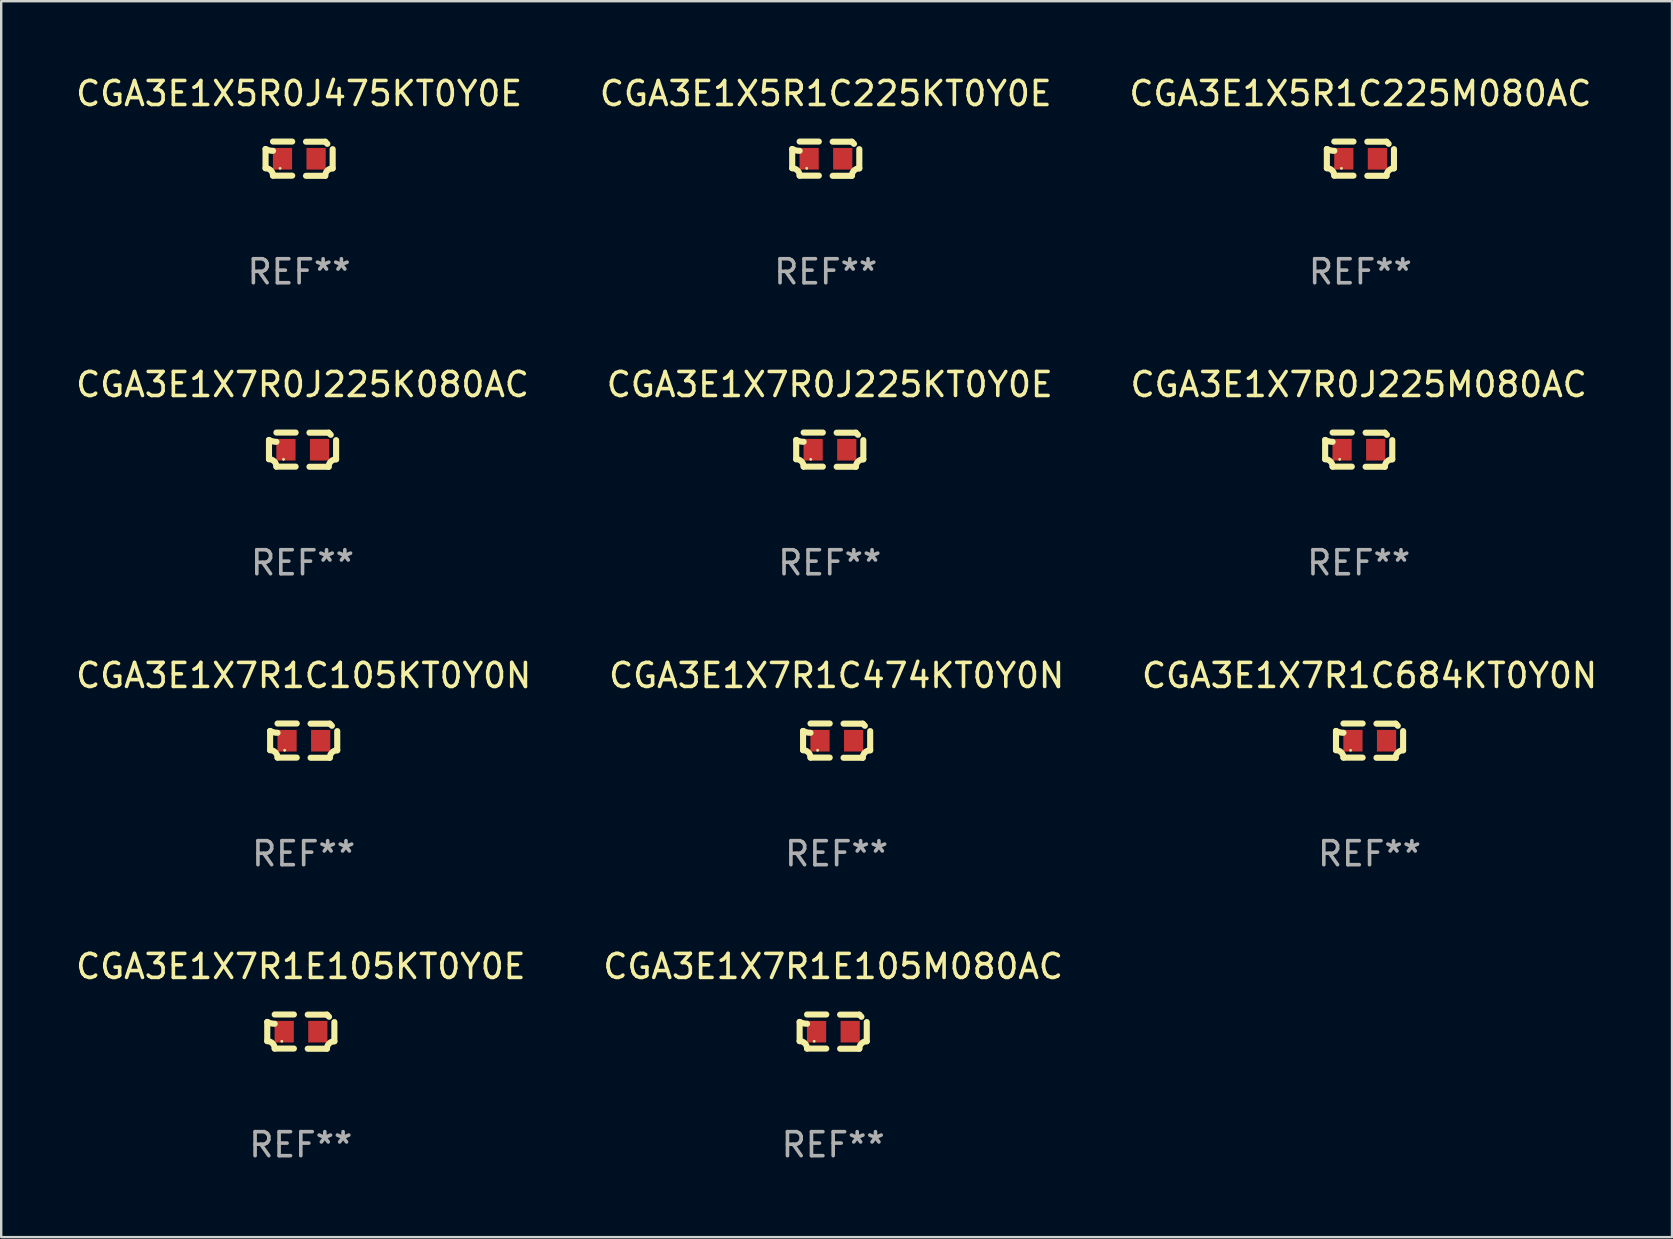
<source format=kicad_pcb>
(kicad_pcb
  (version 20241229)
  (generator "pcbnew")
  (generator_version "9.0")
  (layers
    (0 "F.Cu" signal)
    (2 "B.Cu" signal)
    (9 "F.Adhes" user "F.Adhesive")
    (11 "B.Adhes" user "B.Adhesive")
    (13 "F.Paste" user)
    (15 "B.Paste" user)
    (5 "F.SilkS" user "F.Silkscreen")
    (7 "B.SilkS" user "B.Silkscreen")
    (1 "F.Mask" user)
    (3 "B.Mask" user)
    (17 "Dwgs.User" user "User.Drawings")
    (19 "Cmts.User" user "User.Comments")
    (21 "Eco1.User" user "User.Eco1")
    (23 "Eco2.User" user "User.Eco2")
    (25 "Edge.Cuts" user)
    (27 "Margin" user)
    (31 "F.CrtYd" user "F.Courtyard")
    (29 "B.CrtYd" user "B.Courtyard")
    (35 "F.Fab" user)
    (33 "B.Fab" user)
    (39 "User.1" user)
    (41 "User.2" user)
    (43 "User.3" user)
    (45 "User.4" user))
  (footprint "CGA3E1X7R1C105KT0Y0N"
    (layer "F.Cu")
    (at 9.601 27.805)
    (property "Reference" "CGA3E1X7R1C105KT0Y0N" (at 0 -2.713 0) (layer "F.SilkS") (effects (font (size 1 1) (thickness 0.15))))
    (attr through_hole)
    (fp_line (start -1.398 -0.403) (end -1.398 0.397) (stroke (width 0.254) (type solid)) (layer "F.SilkS"))
    (fp_line (start -0.288 -0.713) (end -1.088 -0.713) (stroke (width 0.254) (type solid)) (layer "F.SilkS"))
    (fp_line (start -0.288 0.707) (end -1.088 0.707) (stroke (width 0.254) (type solid)) (layer "F.SilkS"))
    (fp_line (start 0.288 -0.707) (end 1.088 -0.707) (stroke (width 0.254) (type solid)) (layer "F.SilkS"))
    (fp_line (start 0.288 0.713) (end 1.088 0.713) (stroke (width 0.254) (type solid)) (layer "F.SilkS"))
    (fp_line (start 1.398 -0.397) (end 1.398 0.403) (stroke (width 0.254) (type solid)) (layer "F.SilkS"))
    (fp_arc (start -1.397789 0.397066) (mid -1.178701 0.487826) (end -1.08796 0.706922) (stroke (width 0.254001) (type solid)) (layer "F.SilkS"))
    (fp_arc (start -1.08796 -0.327176) (mid -1.247436 -0.346384) (end -1.39779 -0.402908) (stroke (width 0.254001) (type solid)) (layer "F.SilkS"))
    (fp_arc (start 1.087909 0.712738) (mid 1.178656 0.493655) (end 1.397739 0.402908) (stroke (width 0.254001) (type solid)) (layer "F.SilkS"))
    (fp_arc (start 1.175925 -0.618926) (mid 1.131917 -0.662923) (end 1.08791 -0.706922) (stroke (width 0.254001) (type solid)) (layer "F.SilkS"))
    (fp_circle (center -0.792 0.403) (end -0.762 0.403) (stroke (width 0.06) (type solid)) (fill no) (layer "F.SilkS"))
    (fp_text user "REF**" (at 0 4.713 0) (layer "F.Fab") (effects (font (size 1 1) (thickness 0.15))))
    (pad "1" smd rect (at -0.692 0.003) (size 0.8 0.9) (layers "F.Cu" "F.Mask" "F.Paste"))
    (pad "2" smd rect (at 0.708 0.003) (size 0.8 0.9) (layers "F.Cu" "F.Mask" "F.Paste")))
  (footprint "CGA3E1X7R0J225M080AC"
    (layer "F.Cu")
    (at 53.554 15.683)
    (property "Reference" "CGA3E1X7R0J225M080AC" (at 0 -2.713 0) (layer "F.SilkS") (effects (font (size 1 1) (thickness 0.15))))
    (attr through_hole)
    (fp_line (start -1.398 -0.403) (end -1.398 0.397) (stroke (width 0.254) (type solid)) (layer "F.SilkS"))
    (fp_line (start -0.288 -0.713) (end -1.088 -0.713) (stroke (width 0.254) (type solid)) (layer "F.SilkS"))
    (fp_line (start -0.288 0.707) (end -1.088 0.707) (stroke (width 0.254) (type solid)) (layer "F.SilkS"))
    (fp_line (start 0.288 -0.707) (end 1.088 -0.707) (stroke (width 0.254) (type solid)) (layer "F.SilkS"))
    (fp_line (start 0.288 0.713) (end 1.088 0.713) (stroke (width 0.254) (type solid)) (layer "F.SilkS"))
    (fp_line (start 1.398 -0.397) (end 1.398 0.403) (stroke (width 0.254) (type solid)) (layer "F.SilkS"))
    (fp_arc (start -1.397789 0.397066) (mid -1.178701 0.487826) (end -1.08796 0.706922) (stroke (width 0.254001) (type solid)) (layer "F.SilkS"))
    (fp_arc (start -1.08796 -0.327176) (mid -1.247436 -0.346384) (end -1.39779 -0.402908) (stroke (width 0.254001) (type solid)) (layer "F.SilkS"))
    (fp_arc (start 1.087909 0.712738) (mid 1.178656 0.493655) (end 1.397739 0.402908) (stroke (width 0.254001) (type solid)) (layer "F.SilkS"))
    (fp_arc (start 1.175925 -0.618926) (mid 1.131917 -0.662923) (end 1.08791 -0.706922) (stroke (width 0.254001) (type solid)) (layer "F.SilkS"))
    (fp_circle (center -0.792 0.403) (end -0.762 0.403) (stroke (width 0.06) (type solid)) (fill no) (layer "F.SilkS"))
    (fp_text user "REF**" (at 0 4.713 0) (layer "F.Fab") (effects (font (size 1 1) (thickness 0.15))))
    (pad "1" smd rect (at -0.692 0.003) (size 0.8 0.9) (layers "F.Cu" "F.Mask" "F.Paste"))
    (pad "2" smd rect (at 0.708 0.003) (size 0.8 0.9) (layers "F.Cu" "F.Mask" "F.Paste")))
  (footprint "CGA3E1X7R1E105KT0Y0E"
    (layer "F.Cu")
    (at 9.482 39.927)
    (property "Reference" "CGA3E1X7R1E105KT0Y0E" (at 0 -2.713 0) (layer "F.SilkS") (effects (font (size 1 1) (thickness 0.15))))
    (attr through_hole)
    (fp_line (start -1.398 -0.403) (end -1.398 0.397) (stroke (width 0.254) (type solid)) (layer "F.SilkS"))
    (fp_line (start -0.288 -0.713) (end -1.088 -0.713) (stroke (width 0.254) (type solid)) (layer "F.SilkS"))
    (fp_line (start -0.288 0.707) (end -1.088 0.707) (stroke (width 0.254) (type solid)) (layer "F.SilkS"))
    (fp_line (start 0.288 -0.707) (end 1.088 -0.707) (stroke (width 0.254) (type solid)) (layer "F.SilkS"))
    (fp_line (start 0.288 0.713) (end 1.088 0.713) (stroke (width 0.254) (type solid)) (layer "F.SilkS"))
    (fp_line (start 1.398 -0.397) (end 1.398 0.403) (stroke (width 0.254) (type solid)) (layer "F.SilkS"))
    (fp_arc (start -1.397789 0.397066) (mid -1.178701 0.487826) (end -1.08796 0.706922) (stroke (width 0.254001) (type solid)) (layer "F.SilkS"))
    (fp_arc (start -1.08796 -0.327176) (mid -1.247436 -0.346384) (end -1.39779 -0.402908) (stroke (width 0.254001) (type solid)) (layer "F.SilkS"))
    (fp_arc (start 1.087909 0.712738) (mid 1.178656 0.493655) (end 1.397739 0.402908) (stroke (width 0.254001) (type solid)) (layer "F.SilkS"))
    (fp_arc (start 1.175925 -0.618926) (mid 1.131917 -0.662923) (end 1.08791 -0.706922) (stroke (width 0.254001) (type solid)) (layer "F.SilkS"))
    (fp_circle (center -0.792 0.403) (end -0.762 0.403) (stroke (width 0.06) (type solid)) (fill no) (layer "F.SilkS"))
    (fp_text user "REF**" (at 0 4.713 0) (layer "F.Fab") (effects (font (size 1 1) (thickness 0.15))))
    (pad "1" smd rect (at -0.692 0.003) (size 0.8 0.9) (layers "F.Cu" "F.Mask" "F.Paste"))
    (pad "2" smd rect (at 0.708 0.003) (size 0.8 0.9) (layers "F.Cu" "F.Mask" "F.Paste")))
  (footprint "CGA3E1X5R1C225KT0Y0E"
    (layer "F.Cu")
    (at 31.351 3.561)
    (property "Reference" "CGA3E1X5R1C225KT0Y0E" (at 0 -2.713 0) (layer "F.SilkS") (effects (font (size 1 1) (thickness 0.15))))
    (attr through_hole)
    (fp_line (start -1.398 -0.403) (end -1.398 0.397) (stroke (width 0.254) (type solid)) (layer "F.SilkS"))
    (fp_line (start -0.288 -0.713) (end -1.088 -0.713) (stroke (width 0.254) (type solid)) (layer "F.SilkS"))
    (fp_line (start -0.288 0.707) (end -1.088 0.707) (stroke (width 0.254) (type solid)) (layer "F.SilkS"))
    (fp_line (start 0.288 -0.707) (end 1.088 -0.707) (stroke (width 0.254) (type solid)) (layer "F.SilkS"))
    (fp_line (start 0.288 0.713) (end 1.088 0.713) (stroke (width 0.254) (type solid)) (layer "F.SilkS"))
    (fp_line (start 1.398 -0.397) (end 1.398 0.403) (stroke (width 0.254) (type solid)) (layer "F.SilkS"))
    (fp_arc (start -1.397789 0.397066) (mid -1.178701 0.487826) (end -1.08796 0.706922) (stroke (width 0.254001) (type solid)) (layer "F.SilkS"))
    (fp_arc (start -1.08796 -0.327176) (mid -1.247436 -0.346384) (end -1.39779 -0.402908) (stroke (width 0.254001) (type solid)) (layer "F.SilkS"))
    (fp_arc (start 1.087909 0.712738) (mid 1.178656 0.493655) (end 1.397739 0.402908) (stroke (width 0.254001) (type solid)) (layer "F.SilkS"))
    (fp_arc (start 1.175925 -0.618926) (mid 1.131917 -0.662923) (end 1.08791 -0.706922) (stroke (width 0.254001) (type solid)) (layer "F.SilkS"))
    (fp_circle (center -0.792 0.403) (end -0.762 0.403) (stroke (width 0.06) (type solid)) (fill no) (layer "F.SilkS"))
    (fp_text user "REF**" (at 0 4.713 0) (layer "F.Fab") (effects (font (size 1 1) (thickness 0.15))))
    (pad "1" smd rect (at -0.692 0.003) (size 0.8 0.9) (layers "F.Cu" "F.Mask" "F.Paste"))
    (pad "2" smd rect (at 0.708 0.003) (size 0.8 0.9) (layers "F.Cu" "F.Mask" "F.Paste")))
  (footprint "CGA3E1X5R0J475KT0Y0E"
    (layer "F.Cu")
    (at 9.411 3.561)
    (property "Reference" "CGA3E1X5R0J475KT0Y0E" (at 0 -2.713 0) (layer "F.SilkS") (effects (font (size 1 1) (thickness 0.15))))
    (attr through_hole)
    (fp_line (start -1.398 -0.403) (end -1.398 0.397) (stroke (width 0.254) (type solid)) (layer "F.SilkS"))
    (fp_line (start -0.288 -0.713) (end -1.088 -0.713) (stroke (width 0.254) (type solid)) (layer "F.SilkS"))
    (fp_line (start -0.288 0.707) (end -1.088 0.707) (stroke (width 0.254) (type solid)) (layer "F.SilkS"))
    (fp_line (start 0.288 -0.707) (end 1.088 -0.707) (stroke (width 0.254) (type solid)) (layer "F.SilkS"))
    (fp_line (start 0.288 0.713) (end 1.088 0.713) (stroke (width 0.254) (type solid)) (layer "F.SilkS"))
    (fp_line (start 1.398 -0.397) (end 1.398 0.403) (stroke (width 0.254) (type solid)) (layer "F.SilkS"))
    (fp_arc (start -1.397789 0.397066) (mid -1.178701 0.487826) (end -1.08796 0.706922) (stroke (width 0.254001) (type solid)) (layer "F.SilkS"))
    (fp_arc (start -1.08796 -0.327176) (mid -1.247436 -0.346384) (end -1.39779 -0.402908) (stroke (width 0.254001) (type solid)) (layer "F.SilkS"))
    (fp_arc (start 1.087909 0.712738) (mid 1.178656 0.493655) (end 1.397739 0.402908) (stroke (width 0.254001) (type solid)) (layer "F.SilkS"))
    (fp_arc (start 1.175925 -0.618926) (mid 1.131917 -0.662923) (end 1.08791 -0.706922) (stroke (width 0.254001) (type solid)) (layer "F.SilkS"))
    (fp_circle (center -0.792 0.403) (end -0.762 0.403) (stroke (width 0.06) (type solid)) (fill no) (layer "F.SilkS"))
    (fp_text user "REF**" (at 0 4.713 0) (layer "F.Fab") (effects (font (size 1 1) (thickness 0.15))))
    (pad "1" smd rect (at -0.692 0.003) (size 0.8 0.9) (layers "F.Cu" "F.Mask" "F.Paste"))
    (pad "2" smd rect (at 0.708 0.003) (size 0.8 0.9) (layers "F.Cu" "F.Mask" "F.Paste")))
  (footprint "CGA3E1X5R1C225M080AC"
    (layer "F.Cu")
    (at 53.625 3.561)
    (property "Reference" "CGA3E1X5R1C225M080AC" (at 0 -2.713 0) (layer "F.SilkS") (effects (font (size 1 1) (thickness 0.15))))
    (attr through_hole)
    (fp_line (start -1.398 -0.403) (end -1.398 0.397) (stroke (width 0.254) (type solid)) (layer "F.SilkS"))
    (fp_line (start -0.288 -0.713) (end -1.088 -0.713) (stroke (width 0.254) (type solid)) (layer "F.SilkS"))
    (fp_line (start -0.288 0.707) (end -1.088 0.707) (stroke (width 0.254) (type solid)) (layer "F.SilkS"))
    (fp_line (start 0.288 -0.707) (end 1.088 -0.707) (stroke (width 0.254) (type solid)) (layer "F.SilkS"))
    (fp_line (start 0.288 0.713) (end 1.088 0.713) (stroke (width 0.254) (type solid)) (layer "F.SilkS"))
    (fp_line (start 1.398 -0.397) (end 1.398 0.403) (stroke (width 0.254) (type solid)) (layer "F.SilkS"))
    (fp_arc (start -1.397789 0.397066) (mid -1.178701 0.487826) (end -1.08796 0.706922) (stroke (width 0.254001) (type solid)) (layer "F.SilkS"))
    (fp_arc (start -1.08796 -0.327176) (mid -1.247436 -0.346384) (end -1.39779 -0.402908) (stroke (width 0.254001) (type solid)) (layer "F.SilkS"))
    (fp_arc (start 1.087909 0.712738) (mid 1.178656 0.493655) (end 1.397739 0.402908) (stroke (width 0.254001) (type solid)) (layer "F.SilkS"))
    (fp_arc (start 1.175925 -0.618926) (mid 1.131917 -0.662923) (end 1.08791 -0.706922) (stroke (width 0.254001) (type solid)) (layer "F.SilkS"))
    (fp_circle (center -0.792 0.403) (end -0.762 0.403) (stroke (width 0.06) (type solid)) (fill no) (layer "F.SilkS"))
    (fp_text user "REF**" (at 0 4.713 0) (layer "F.Fab") (effects (font (size 1 1) (thickness 0.15))))
    (pad "1" smd rect (at -0.692 0.003) (size 0.8 0.9) (layers "F.Cu" "F.Mask" "F.Paste"))
    (pad "2" smd rect (at 0.708 0.003) (size 0.8 0.9) (layers "F.Cu" "F.Mask" "F.Paste")))
  (footprint "CGA3E1X7R0J225K080AC"
    (layer "F.Cu")
    (at 9.554 15.683)
    (property "Reference" "CGA3E1X7R0J225K080AC" (at 0 -2.713 0) (layer "F.SilkS") (effects (font (size 1 1) (thickness 0.15))))
    (attr through_hole)
    (fp_line (start -1.398 -0.403) (end -1.398 0.397) (stroke (width 0.254) (type solid)) (layer "F.SilkS"))
    (fp_line (start -0.288 -0.713) (end -1.088 -0.713) (stroke (width 0.254) (type solid)) (layer "F.SilkS"))
    (fp_line (start -0.288 0.707) (end -1.088 0.707) (stroke (width 0.254) (type solid)) (layer "F.SilkS"))
    (fp_line (start 0.288 -0.707) (end 1.088 -0.707) (stroke (width 0.254) (type solid)) (layer "F.SilkS"))
    (fp_line (start 0.288 0.713) (end 1.088 0.713) (stroke (width 0.254) (type solid)) (layer "F.SilkS"))
    (fp_line (start 1.398 -0.397) (end 1.398 0.403) (stroke (width 0.254) (type solid)) (layer "F.SilkS"))
    (fp_arc (start -1.397789 0.397066) (mid -1.178701 0.487826) (end -1.08796 0.706922) (stroke (width 0.254001) (type solid)) (layer "F.SilkS"))
    (fp_arc (start -1.08796 -0.327176) (mid -1.247436 -0.346384) (end -1.39779 -0.402908) (stroke (width 0.254001) (type solid)) (layer "F.SilkS"))
    (fp_arc (start 1.087909 0.712738) (mid 1.178656 0.493655) (end 1.397739 0.402908) (stroke (width 0.254001) (type solid)) (layer "F.SilkS"))
    (fp_arc (start 1.175925 -0.618926) (mid 1.131917 -0.662923) (end 1.08791 -0.706922) (stroke (width 0.254001) (type solid)) (layer "F.SilkS"))
    (fp_circle (center -0.792 0.403) (end -0.762 0.403) (stroke (width 0.06) (type solid)) (fill no) (layer "F.SilkS"))
    (fp_text user "REF**" (at 0 4.713 0) (layer "F.Fab") (effects (font (size 1 1) (thickness 0.15))))
    (pad "1" smd rect (at -0.692 0.003) (size 0.8 0.9) (layers "F.Cu" "F.Mask" "F.Paste"))
    (pad "2" smd rect (at 0.708 0.003) (size 0.8 0.9) (layers "F.Cu" "F.Mask" "F.Paste")))
  (footprint "CGA3E1X7R0J225KT0Y0E"
    (layer "F.Cu")
    (at 31.518 15.683)
    (property "Reference" "CGA3E1X7R0J225KT0Y0E" (at 0 -2.713 0) (layer "F.SilkS") (effects (font (size 1 1) (thickness 0.15))))
    (attr through_hole)
    (fp_line (start -1.398 -0.403) (end -1.398 0.397) (stroke (width 0.254) (type solid)) (layer "F.SilkS"))
    (fp_line (start -0.288 -0.713) (end -1.088 -0.713) (stroke (width 0.254) (type solid)) (layer "F.SilkS"))
    (fp_line (start -0.288 0.707) (end -1.088 0.707) (stroke (width 0.254) (type solid)) (layer "F.SilkS"))
    (fp_line (start 0.288 -0.707) (end 1.088 -0.707) (stroke (width 0.254) (type solid)) (layer "F.SilkS"))
    (fp_line (start 0.288 0.713) (end 1.088 0.713) (stroke (width 0.254) (type solid)) (layer "F.SilkS"))
    (fp_line (start 1.398 -0.397) (end 1.398 0.403) (stroke (width 0.254) (type solid)) (layer "F.SilkS"))
    (fp_arc (start -1.397789 0.397066) (mid -1.178701 0.487826) (end -1.08796 0.706922) (stroke (width 0.254001) (type solid)) (layer "F.SilkS"))
    (fp_arc (start -1.08796 -0.327176) (mid -1.247436 -0.346384) (end -1.39779 -0.402908) (stroke (width 0.254001) (type solid)) (layer "F.SilkS"))
    (fp_arc (start 1.087909 0.712738) (mid 1.178656 0.493655) (end 1.397739 0.402908) (stroke (width 0.254001) (type solid)) (layer "F.SilkS"))
    (fp_arc (start 1.175925 -0.618926) (mid 1.131917 -0.662923) (end 1.08791 -0.706922) (stroke (width 0.254001) (type solid)) (layer "F.SilkS"))
    (fp_circle (center -0.792 0.403) (end -0.762 0.403) (stroke (width 0.06) (type solid)) (fill no) (layer "F.SilkS"))
    (fp_text user "REF**" (at 0 4.713 0) (layer "F.Fab") (effects (font (size 1 1) (thickness 0.15))))
    (pad "1" smd rect (at -0.692 0.003) (size 0.8 0.9) (layers "F.Cu" "F.Mask" "F.Paste"))
    (pad "2" smd rect (at 0.708 0.003) (size 0.8 0.9) (layers "F.Cu" "F.Mask" "F.Paste")))
  (footprint "CGA3E1X7R1E105M080AC"
    (layer "F.Cu")
    (at 31.661 39.927)
    (property "Reference" "CGA3E1X7R1E105M080AC" (at 0 -2.713 0) (layer "F.SilkS") (effects (font (size 1 1) (thickness 0.15))))
    (attr through_hole)
    (fp_line (start -1.398 -0.403) (end -1.398 0.397) (stroke (width 0.254) (type solid)) (layer "F.SilkS"))
    (fp_line (start -0.288 -0.713) (end -1.088 -0.713) (stroke (width 0.254) (type solid)) (layer "F.SilkS"))
    (fp_line (start -0.288 0.707) (end -1.088 0.707) (stroke (width 0.254) (type solid)) (layer "F.SilkS"))
    (fp_line (start 0.288 -0.707) (end 1.088 -0.707) (stroke (width 0.254) (type solid)) (layer "F.SilkS"))
    (fp_line (start 0.288 0.713) (end 1.088 0.713) (stroke (width 0.254) (type solid)) (layer "F.SilkS"))
    (fp_line (start 1.398 -0.397) (end 1.398 0.403) (stroke (width 0.254) (type solid)) (layer "F.SilkS"))
    (fp_arc (start -1.397789 0.397066) (mid -1.178701 0.487826) (end -1.08796 0.706922) (stroke (width 0.254001) (type solid)) (layer "F.SilkS"))
    (fp_arc (start -1.08796 -0.327176) (mid -1.247436 -0.346384) (end -1.39779 -0.402908) (stroke (width 0.254001) (type solid)) (layer "F.SilkS"))
    (fp_arc (start 1.087909 0.712738) (mid 1.178656 0.493655) (end 1.397739 0.402908) (stroke (width 0.254001) (type solid)) (layer "F.SilkS"))
    (fp_arc (start 1.175925 -0.618926) (mid 1.131917 -0.662923) (end 1.08791 -0.706922) (stroke (width 0.254001) (type solid)) (layer "F.SilkS"))
    (fp_circle (center -0.792 0.403) (end -0.762 0.403) (stroke (width 0.06) (type solid)) (fill no) (layer "F.SilkS"))
    (fp_text user "REF**" (at 0 4.713 0) (layer "F.Fab") (effects (font (size 1 1) (thickness 0.15))))
    (pad "1" smd rect (at -0.692 0.003) (size 0.8 0.9) (layers "F.Cu" "F.Mask" "F.Paste"))
    (pad "2" smd rect (at 0.708 0.003) (size 0.8 0.9) (layers "F.Cu" "F.Mask" "F.Paste")))
  (footprint "CGA3E1X7R1C684KT0Y0N"
    (layer "F.Cu")
    (at 54.006 27.805)
    (property "Reference" "CGA3E1X7R1C684KT0Y0N" (at 0 -2.713 0) (layer "F.SilkS") (effects (font (size 1 1) (thickness 0.15))))
    (attr through_hole)
    (fp_line (start -1.398 -0.403) (end -1.398 0.397) (stroke (width 0.254) (type solid)) (layer "F.SilkS"))
    (fp_line (start -0.288 -0.713) (end -1.088 -0.713) (stroke (width 0.254) (type solid)) (layer "F.SilkS"))
    (fp_line (start -0.288 0.707) (end -1.088 0.707) (stroke (width 0.254) (type solid)) (layer "F.SilkS"))
    (fp_line (start 0.288 -0.707) (end 1.088 -0.707) (stroke (width 0.254) (type solid)) (layer "F.SilkS"))
    (fp_line (start 0.288 0.713) (end 1.088 0.713) (stroke (width 0.254) (type solid)) (layer "F.SilkS"))
    (fp_line (start 1.398 -0.397) (end 1.398 0.403) (stroke (width 0.254) (type solid)) (layer "F.SilkS"))
    (fp_arc (start -1.397789 0.397066) (mid -1.178701 0.487826) (end -1.08796 0.706922) (stroke (width 0.254001) (type solid)) (layer "F.SilkS"))
    (fp_arc (start -1.08796 -0.327176) (mid -1.247436 -0.346384) (end -1.39779 -0.402908) (stroke (width 0.254001) (type solid)) (layer "F.SilkS"))
    (fp_arc (start 1.087909 0.712738) (mid 1.178656 0.493655) (end 1.397739 0.402908) (stroke (width 0.254001) (type solid)) (layer "F.SilkS"))
    (fp_arc (start 1.175925 -0.618926) (mid 1.131917 -0.662923) (end 1.08791 -0.706922) (stroke (width 0.254001) (type solid)) (layer "F.SilkS"))
    (fp_circle (center -0.792 0.403) (end -0.762 0.403) (stroke (width 0.06) (type solid)) (fill no) (layer "F.SilkS"))
    (fp_text user "REF**" (at 0 4.713 0) (layer "F.Fab") (effects (font (size 1 1) (thickness 0.15))))
    (pad "1" smd rect (at -0.692 0.003) (size 0.8 0.9) (layers "F.Cu" "F.Mask" "F.Paste"))
    (pad "2" smd rect (at 0.708 0.003) (size 0.8 0.9) (layers "F.Cu" "F.Mask" "F.Paste")))
  (footprint "CGA3E1X7R1C474KT0Y0N"
    (layer "F.Cu")
    (at 31.804 27.805)
    (property "Reference" "CGA3E1X7R1C474KT0Y0N" (at 0 -2.713 0) (layer "F.SilkS") (effects (font (size 1 1) (thickness 0.15))))
    (attr through_hole)
    (fp_line (start -1.398 -0.403) (end -1.398 0.397) (stroke (width 0.254) (type solid)) (layer "F.SilkS"))
    (fp_line (start -0.288 -0.713) (end -1.088 -0.713) (stroke (width 0.254) (type solid)) (layer "F.SilkS"))
    (fp_line (start -0.288 0.707) (end -1.088 0.707) (stroke (width 0.254) (type solid)) (layer "F.SilkS"))
    (fp_line (start 0.288 -0.707) (end 1.088 -0.707) (stroke (width 0.254) (type solid)) (layer "F.SilkS"))
    (fp_line (start 0.288 0.713) (end 1.088 0.713) (stroke (width 0.254) (type solid)) (layer "F.SilkS"))
    (fp_line (start 1.398 -0.397) (end 1.398 0.403) (stroke (width 0.254) (type solid)) (layer "F.SilkS"))
    (fp_arc (start -1.397789 0.397066) (mid -1.178701 0.487826) (end -1.08796 0.706922) (stroke (width 0.254001) (type solid)) (layer "F.SilkS"))
    (fp_arc (start -1.08796 -0.327176) (mid -1.247436 -0.346384) (end -1.39779 -0.402908) (stroke (width 0.254001) (type solid)) (layer "F.SilkS"))
    (fp_arc (start 1.087909 0.712738) (mid 1.178656 0.493655) (end 1.397739 0.402908) (stroke (width 0.254001) (type solid)) (layer "F.SilkS"))
    (fp_arc (start 1.175925 -0.618926) (mid 1.131917 -0.662923) (end 1.08791 -0.706922) (stroke (width 0.254001) (type solid)) (layer "F.SilkS"))
    (fp_circle (center -0.792 0.403) (end -0.762 0.403) (stroke (width 0.06) (type solid)) (fill no) (layer "F.SilkS"))
    (fp_text user "REF**" (at 0 4.713 0) (layer "F.Fab") (effects (font (size 1 1) (thickness 0.15))))
    (pad "1" smd rect (at -0.692 0.003) (size 0.8 0.9) (layers "F.Cu" "F.Mask" "F.Paste"))
    (pad "2" smd rect (at 0.708 0.003) (size 0.8 0.9) (layers "F.Cu" "F.Mask" "F.Paste")))
  (gr_rect
    (start -3 -3)
    (end 66.607 48.488)
    (stroke (width 0.1) (type default))
    (fill no)
    (layer "Edge.Cuts")))
</source>
